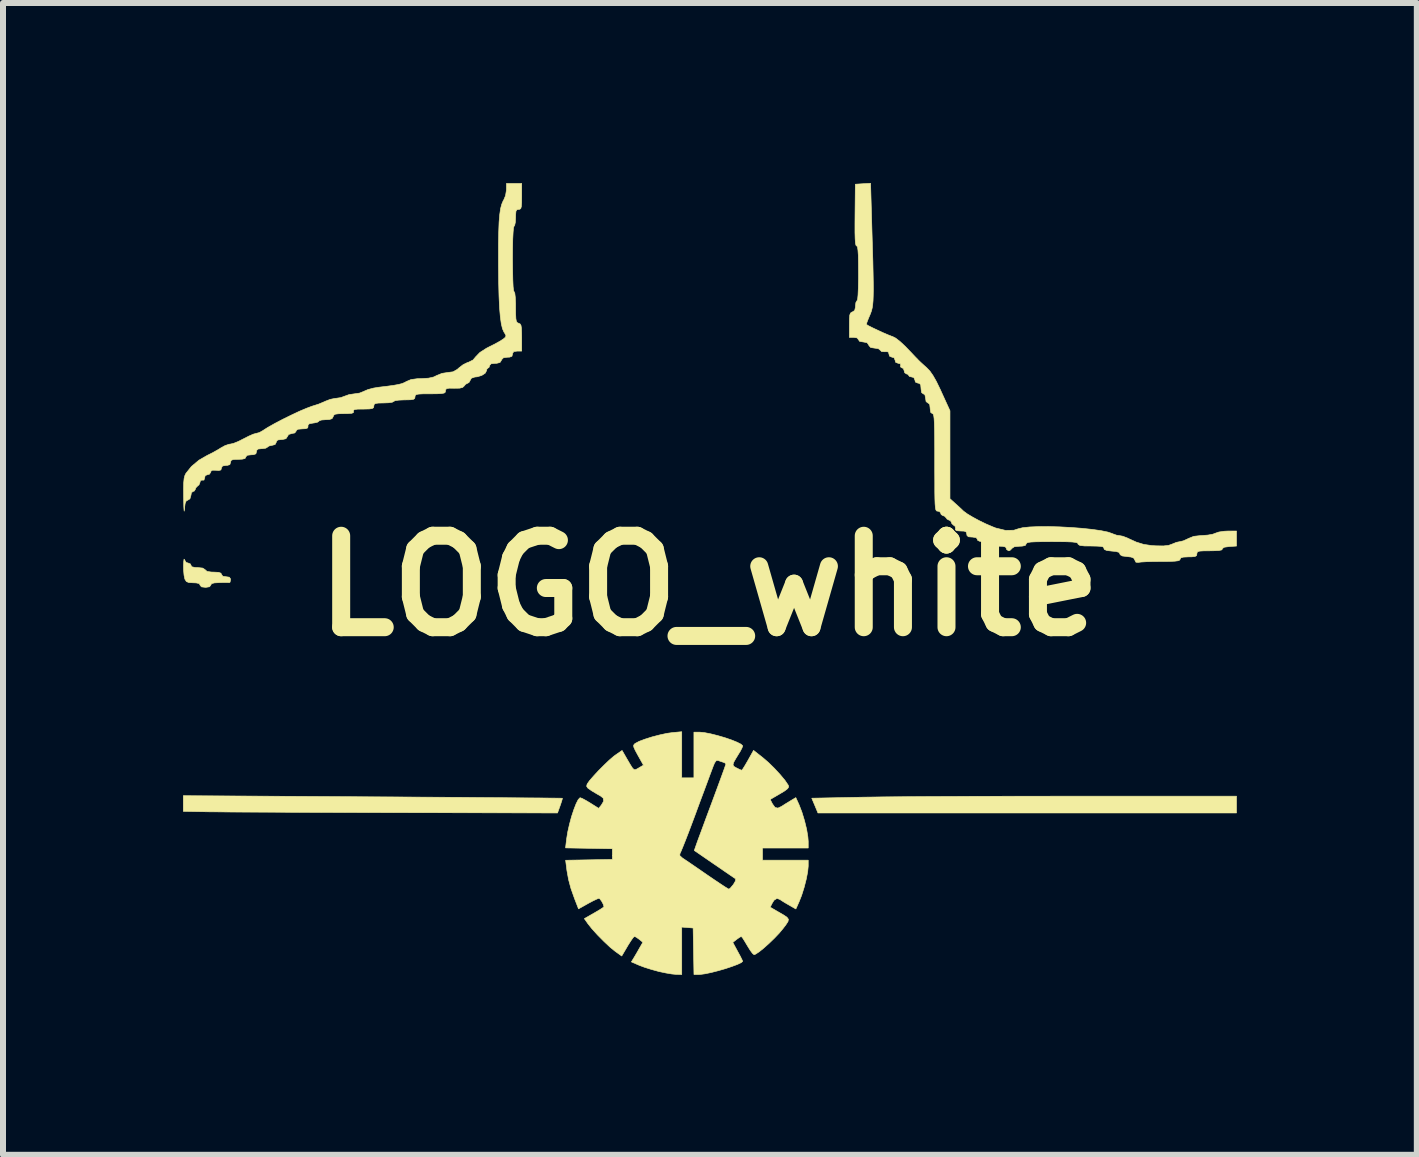
<source format=kicad_pcb>
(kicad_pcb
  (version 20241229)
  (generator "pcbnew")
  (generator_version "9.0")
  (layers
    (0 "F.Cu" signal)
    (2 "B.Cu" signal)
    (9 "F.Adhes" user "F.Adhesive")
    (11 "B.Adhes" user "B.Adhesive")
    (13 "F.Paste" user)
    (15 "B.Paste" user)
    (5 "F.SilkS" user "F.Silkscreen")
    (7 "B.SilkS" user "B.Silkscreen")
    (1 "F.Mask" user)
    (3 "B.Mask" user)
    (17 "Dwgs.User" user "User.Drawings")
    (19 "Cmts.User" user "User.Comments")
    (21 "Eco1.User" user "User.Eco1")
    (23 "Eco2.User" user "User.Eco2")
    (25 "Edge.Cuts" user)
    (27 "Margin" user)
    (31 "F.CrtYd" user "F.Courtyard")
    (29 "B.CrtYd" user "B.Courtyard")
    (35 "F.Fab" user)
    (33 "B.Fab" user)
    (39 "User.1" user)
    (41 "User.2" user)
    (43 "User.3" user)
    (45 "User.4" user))
  (footprint "LOGO_white"
    (layer "F.Cu")
    (at 8.768 6.713)
    (property "Reference" "LOGO_white" (at 0 0 0) (layer "F.SilkS") (effects (font (size 1.524 1.524) (thickness 0.3))))
    (attr through_hole)
    (fp_poly (pts (xy 8.788 3.785) (xy 1.813 3.785) (xy 1.762 3.662) (xy 1.71 3.539) (xy 2.563 3.522) (xy 2.71 3.52) (xy 2.903 3.517) (xy 3.136 3.515) (xy 3.406 3.513) (xy 3.708 3.511) (xy 4.036 3.51) (xy 4.385 3.508) (xy 4.751 3.507) (xy 5.13 3.506) (xy 5.515 3.506) (xy 5.902 3.505) (xy 6.102 3.505) (xy 8.788 3.505) (xy 8.788 3.785)) (stroke (width 0.01) (type solid)) (fill yes) (layer "F.SilkS"))
    (fp_poly (pts (xy -5.607 3.516) (xy -5.211 3.518) (xy -4.829 3.521) (xy -4.465 3.523) (xy -4.121 3.525) (xy -3.8 3.528) (xy -3.506 3.53) (xy -3.242 3.532) (xy -3.01 3.534) (xy -2.813 3.535) (xy -2.656 3.537) (xy -2.54 3.538) (xy -2.469 3.539) (xy -2.446 3.54) (xy -2.451 3.565) (xy -2.469 3.622) (xy -2.484 3.665) (xy -2.527 3.785) (xy -5.194 3.779) (xy -5.569 3.778) (xy -5.937 3.777) (xy -6.293 3.776) (xy -6.635 3.775) (xy -6.957 3.774) (xy -7.256 3.772) (xy -7.528 3.771) (xy -7.768 3.77) (xy -7.972 3.769) (xy -8.137 3.767) (xy -8.257 3.766) (xy -8.312 3.766) (xy -8.763 3.758) (xy -8.763 3.497) (xy -5.607 3.516)) (stroke (width 0.01) (type solid)) (fill yes) (layer "F.SilkS"))
    (fp_poly (pts (xy -8.745 -0.438) (xy -8.745 -0.438) (xy -8.717 -0.39) (xy -8.685 -0.381) (xy -8.645 -0.365) (xy -8.636 -0.343) (xy -8.621 -0.318) (xy -8.569 -0.306) (xy -8.524 -0.305) (xy -8.44 -0.296) (xy -8.4 -0.27) (xy -8.398 -0.267) (xy -8.368 -0.241) (xy -8.298 -0.23) (xy -8.256 -0.229) (xy -8.176 -0.225) (xy -8.136 -0.211) (xy -8.128 -0.191) (xy -8.105 -0.16) (xy -8.052 -0.152) (xy -7.996 -0.144) (xy -7.976 -0.115) (xy -7.976 -0.102) (xy -7.984 -0.062) (xy -7.995 -0.054) (xy -8.029 -0.055) (xy -8.097 -0.055) (xy -8.16 -0.054) (xy -8.247 -0.049) (xy -8.292 -0.036) (xy -8.306 -0.013) (xy -8.306 -0.013) (xy -8.325 0.015) (xy -8.387 0.025) (xy -8.395 0.025) (xy -8.46 0.017) (xy -8.483 -0.009) (xy -8.484 -0.013) (xy -8.498 -0.038) (xy -8.549 -0.049) (xy -8.599 -0.051) (xy -8.672 -0.055) (xy -8.712 -0.072) (xy -8.736 -0.11) (xy -8.738 -0.116) (xy -8.751 -0.177) (xy -8.759 -0.266) (xy -8.76 -0.338) (xy -8.756 -0.409) (xy -8.751 -0.445) (xy -8.745 -0.438)) (stroke (width 0.01) (type solid)) (fill yes) (layer "F.SilkS"))
    (fp_poly (pts (xy -0.457 3.2) (xy -0.254 3.2) (xy -0.254 2.438) (xy -0.159 2.438) (xy -0.078 2.446) (xy 0.025 2.466) (xy 0.141 2.495) (xy 0.261 2.53) (xy 0.372 2.568) (xy 0.466 2.606) (xy 0.531 2.639) (xy 0.559 2.666) (xy 0.559 2.668) (xy 0.546 2.704) (xy 0.515 2.763) (xy 0.499 2.788) (xy 0.441 2.883) (xy 0.407 2.944) (xy 0.398 2.982) (xy 0.41 3.007) (xy 0.443 3.028) (xy 0.456 3.034) (xy 0.51 3.061) (xy 0.542 3.073) (xy 0.543 3.073) (xy 0.56 3.053) (xy 0.594 2.999) (xy 0.639 2.922) (xy 0.647 2.908) (xy 0.74 2.742) (xy 0.894 2.863) (xy 0.987 2.943) (xy 1.087 3.041) (xy 1.183 3.145) (xy 1.263 3.241) (xy 1.316 3.319) (xy 1.319 3.324) (xy 1.325 3.351) (xy 1.308 3.379) (xy 1.261 3.416) (xy 1.18 3.465) (xy 1.017 3.56) (xy 1.055 3.634) (xy 1.098 3.693) (xy 1.146 3.704) (xy 1.207 3.675) (xy 1.261 3.64) (xy 1.333 3.596) (xy 1.351 3.585) (xy 1.444 3.529) (xy 1.499 3.65) (xy 1.546 3.772) (xy 1.589 3.913) (xy 1.624 4.056) (xy 1.645 4.183) (xy 1.651 4.259) (xy 1.651 4.369) (xy 0.889 4.369) (xy 0.889 4.572) (xy 1.651 4.572) (xy 1.651 4.67) (xy 1.642 4.764) (xy 1.618 4.888) (xy 1.583 5.025) (xy 1.541 5.158) (xy 1.499 5.264) (xy 1.445 5.385) (xy 1.326 5.317) (xy 1.254 5.275) (xy 1.2 5.241) (xy 1.182 5.228) (xy 1.131 5.208) (xy 1.083 5.238) (xy 1.055 5.281) (xy 1.017 5.355) (xy 1.137 5.425) (xy 1.236 5.482) (xy 1.296 5.522) (xy 1.321 5.556) (xy 1.314 5.594) (xy 1.279 5.648) (xy 1.231 5.711) (xy 1.168 5.787) (xy 1.088 5.871) (xy 0.999 5.957) (xy 0.912 6.035) (xy 0.834 6.098) (xy 0.775 6.137) (xy 0.749 6.147) (xy 0.723 6.126) (xy 0.683 6.072) (xy 0.636 5.996) (xy 0.635 5.994) (xy 0.59 5.919) (xy 0.555 5.864) (xy 0.535 5.843) (xy 0.535 5.843) (xy 0.507 5.857) (xy 0.459 5.891) (xy 0.457 5.893) (xy 0.394 5.942) (xy 0.476 6.094) (xy 0.518 6.171) (xy 0.547 6.23) (xy 0.559 6.256) (xy 0.559 6.256) (xy 0.536 6.278) (xy 0.473 6.308) (xy 0.382 6.342) (xy 0.272 6.379) (xy 0.154 6.413) (xy 0.037 6.443) (xy -0.067 6.465) (xy -0.149 6.476) (xy -0.169 6.477) (xy -0.253 6.477) (xy -0.26 6.09) (xy -0.267 5.702) (xy -0.362 5.694) (xy -0.457 5.687) (xy -0.457 6.477) (xy -0.552 6.475) (xy -0.624 6.468) (xy -0.724 6.451) (xy -0.833 6.428) (xy -0.845 6.425) (xy -0.961 6.393) (xy -1.076 6.357) (xy -1.167 6.323) (xy -1.169 6.322) (xy -1.296 6.267) (xy -1.248 6.188) (xy -1.201 6.108) (xy -1.154 6.025) (xy -1.153 6.024) (xy -1.105 5.94) (xy -1.165 5.891) (xy -1.214 5.856) (xy -1.245 5.842) (xy -1.267 5.862) (xy -1.305 5.916) (xy -1.353 5.992) (xy -1.361 6.006) (xy -1.457 6.169) (xy -1.567 6.09) (xy -1.652 6.021) (xy -1.754 5.925) (xy -1.86 5.818) (xy -1.954 5.714) (xy -2.024 5.626) (xy -2.025 5.624) (xy -2.08 5.546) (xy -1.916 5.452) (xy -1.837 5.406) (xy -1.779 5.369) (xy -1.753 5.348) (xy -1.753 5.347) (xy -1.765 5.306) (xy -1.792 5.255) (xy -1.822 5.216) (xy -1.837 5.207) (xy -1.87 5.219) (xy -1.934 5.249) (xy -2.015 5.292) (xy -2.02 5.295) (xy -2.177 5.383) (xy -2.243 5.213) (xy -2.303 5.044) (xy -2.343 4.895) (xy -2.371 4.74) (xy -2.375 4.706) (xy -2.392 4.573) (xy -2.003 4.566) (xy -1.613 4.559) (xy -1.613 4.495) (xy -0.49 4.495) (xy -0.447 4.534) (xy -0.44 4.539) (xy -0.395 4.569) (xy -0.318 4.621) (xy -0.216 4.691) (xy -0.1 4.771) (xy -0.029 4.82) (xy 0.087 4.899) (xy 0.187 4.966) (xy 0.266 5.018) (xy 0.316 5.048) (xy 0.329 5.055) (xy 0.354 5.036) (xy 0.393 4.99) (xy 0.405 4.975) (xy 0.438 4.918) (xy 0.441 4.883) (xy 0.438 4.88) (xy 0.409 4.861) (xy 0.346 4.818) (xy 0.257 4.757) (xy 0.15 4.683) (xy 0.082 4.637) (xy -0.248 4.41) (xy -0.203 4.282) (xy -0.181 4.221) (xy -0.144 4.122) (xy -0.096 3.992) (xy -0.04 3.84) (xy 0.022 3.674) (xy 0.061 3.569) (xy 0.121 3.407) (xy 0.175 3.26) (xy 0.22 3.137) (xy 0.254 3.043) (xy 0.274 2.984) (xy 0.279 2.968) (xy 0.259 2.949) (xy 0.235 2.94) (xy 0.172 2.919) (xy 0.15 2.91) (xy 0.119 2.912) (xy 0.091 2.95) (xy 0.069 3.002) (xy 0.049 3.055) (xy 0.014 3.148) (xy -0.032 3.273) (xy -0.088 3.424) (xy -0.151 3.592) (xy -0.217 3.771) (xy -0.217 3.772) (xy -0.282 3.946) (xy -0.342 4.105) (xy -0.395 4.242) (xy -0.439 4.352) (xy -0.47 4.427) (xy -0.486 4.462) (xy -0.487 4.462) (xy -0.49 4.495) (xy -1.613 4.495) (xy -1.613 4.381) (xy -2.003 4.374) (xy -2.393 4.367) (xy -2.376 4.222) (xy -2.357 4.103) (xy -2.328 3.975) (xy -2.294 3.847) (xy -2.255 3.729) (xy -2.217 3.631) (xy -2.182 3.562) (xy -2.153 3.532) (xy -2.149 3.531) (xy -2.114 3.544) (xy -2.051 3.578) (xy -1.981 3.62) (xy -1.841 3.708) (xy -1.797 3.654) (xy -1.758 3.588) (xy -1.766 3.537) (xy -1.81 3.502) (xy -1.868 3.469) (xy -1.942 3.425) (xy -1.963 3.412) (xy -2.021 3.371) (xy -2.042 3.34) (xy -2.034 3.306) (xy -2.031 3.3) (xy -1.993 3.246) (xy -1.926 3.169) (xy -1.843 3.079) (xy -1.751 2.987) (xy -1.663 2.903) (xy -1.587 2.838) (xy -1.558 2.817) (xy -1.451 2.743) (xy -1.374 2.877) (xy -1.318 2.973) (xy -1.281 3.032) (xy -1.254 3.06) (xy -1.23 3.064) (xy -1.2 3.05) (xy -1.173 3.034) (xy -1.095 2.988) (xy -1.187 2.824) (xy -1.233 2.739) (xy -1.256 2.687) (xy -1.259 2.657) (xy -1.245 2.636) (xy -1.23 2.625) (xy -1.168 2.592) (xy -1.07 2.555) (xy -0.95 2.517) (xy -0.823 2.484) (xy -0.703 2.458) (xy -0.616 2.446) (xy -0.457 2.431) (xy -0.457 3.2)) (stroke (width 0.01) (type solid)) (fill yes) (layer "F.SilkS"))
    (fp_poly (pts (xy -3.124 -6.49) (xy -3.125 -6.385) (xy -3.13 -6.321) (xy -3.14 -6.287) (xy -3.158 -6.275) (xy -3.175 -6.274) (xy -3.204 -6.268) (xy -3.22 -6.242) (xy -3.225 -6.183) (xy -3.226 -6.134) (xy -3.23 -6.058) (xy -3.241 -6.007) (xy -3.251 -5.994) (xy -3.26 -5.969) (xy -3.267 -5.896) (xy -3.273 -5.778) (xy -3.276 -5.617) (xy -3.277 -5.448) (xy -3.275 -5.253) (xy -3.272 -5.098) (xy -3.267 -4.986) (xy -3.259 -4.92) (xy -3.251 -4.902) (xy -3.239 -4.878) (xy -3.231 -4.81) (xy -3.226 -4.706) (xy -3.226 -4.646) (xy -3.225 -4.529) (xy -3.221 -4.453) (xy -3.213 -4.409) (xy -3.198 -4.386) (xy -3.175 -4.376) (xy -3.175 -4.376) (xy -3.151 -4.365) (xy -3.136 -4.341) (xy -3.128 -4.293) (xy -3.125 -4.211) (xy -3.124 -4.137) (xy -3.124 -3.912) (xy -3.2 -3.912) (xy -3.256 -3.904) (xy -3.276 -3.874) (xy -3.277 -3.861) (xy -3.287 -3.825) (xy -3.327 -3.811) (xy -3.363 -3.81) (xy -3.428 -3.801) (xy -3.458 -3.77) (xy -3.462 -3.759) (xy -3.485 -3.723) (xy -3.538 -3.709) (xy -3.566 -3.708) (xy -3.633 -3.701) (xy -3.657 -3.675) (xy -3.658 -3.67) (xy -3.671 -3.636) (xy -3.683 -3.632) (xy -3.705 -3.611) (xy -3.709 -3.588) (xy -3.731 -3.545) (xy -3.789 -3.507) (xy -3.864 -3.484) (xy -3.906 -3.48) (xy -3.962 -3.461) (xy -3.98 -3.429) (xy -4.003 -3.388) (xy -4.023 -3.378) (xy -4.059 -3.359) (xy -4.08 -3.333) (xy -4.109 -3.306) (xy -4.16 -3.294) (xy -4.249 -3.293) (xy -4.251 -3.293) (xy -4.333 -3.294) (xy -4.376 -3.286) (xy -4.392 -3.267) (xy -4.394 -3.249) (xy -4.398 -3.227) (xy -4.416 -3.213) (xy -4.458 -3.205) (xy -4.532 -3.201) (xy -4.647 -3.2) (xy -4.648 -3.2) (xy -4.764 -3.2) (xy -4.838 -3.196) (xy -4.879 -3.189) (xy -4.898 -3.175) (xy -4.902 -3.152) (xy -4.902 -3.15) (xy -4.907 -3.123) (xy -4.929 -3.108) (xy -4.978 -3.101) (xy -5.066 -3.099) (xy -5.08 -3.099) (xy -5.171 -3.095) (xy -5.234 -3.086) (xy -5.258 -3.073) (xy -5.258 -3.073) (xy -5.281 -3.06) (xy -5.343 -3.051) (xy -5.423 -3.048) (xy -5.512 -3.046) (xy -5.562 -3.039) (xy -5.584 -3.023) (xy -5.588 -2.997) (xy -5.593 -2.97) (xy -5.615 -2.955) (xy -5.664 -2.948) (xy -5.752 -2.946) (xy -5.765 -2.946) (xy -5.858 -2.945) (xy -5.91 -2.938) (xy -5.929 -2.924) (xy -5.927 -2.908) (xy -5.928 -2.888) (xy -5.954 -2.876) (xy -6.017 -2.871) (xy -6.083 -2.87) (xy -6.175 -2.868) (xy -6.229 -2.861) (xy -6.256 -2.844) (xy -6.266 -2.819) (xy -6.285 -2.786) (xy -6.329 -2.772) (xy -6.391 -2.769) (xy -6.458 -2.764) (xy -6.498 -2.751) (xy -6.502 -2.745) (xy -6.525 -2.728) (xy -6.581 -2.715) (xy -6.598 -2.713) (xy -6.661 -2.702) (xy -6.685 -2.68) (xy -6.685 -2.661) (xy -6.69 -2.632) (xy -6.724 -2.619) (xy -6.781 -2.616) (xy -6.852 -2.61) (xy -6.881 -2.59) (xy -6.883 -2.578) (xy -6.906 -2.548) (xy -6.949 -2.54) (xy -7.008 -2.523) (xy -7.028 -2.489) (xy -7.053 -2.452) (xy -7.109 -2.439) (xy -7.128 -2.438) (xy -7.189 -2.431) (xy -7.212 -2.407) (xy -7.214 -2.393) (xy -7.234 -2.355) (xy -7.283 -2.342) (xy -7.337 -2.33) (xy -7.362 -2.311) (xy -7.39 -2.294) (xy -7.449 -2.286) (xy -7.457 -2.286) (xy -7.517 -2.28) (xy -7.541 -2.257) (xy -7.544 -2.235) (xy -7.554 -2.2) (xy -7.593 -2.186) (xy -7.633 -2.184) (xy -7.698 -2.176) (xy -7.721 -2.15) (xy -7.722 -2.146) (xy -7.735 -2.122) (xy -7.782 -2.111) (xy -7.849 -2.108) (xy -7.925 -2.106) (xy -7.963 -2.094) (xy -7.975 -2.069) (xy -7.976 -2.057) (xy -7.988 -2.02) (xy -8.032 -2.007) (xy -8.052 -2.007) (xy -8.109 -1.998) (xy -8.128 -1.967) (xy -8.128 -1.961) (xy -8.137 -1.931) (xy -8.174 -1.922) (xy -8.217 -1.926) (xy -8.279 -1.927) (xy -8.303 -1.91) (xy -8.306 -1.895) (xy -8.327 -1.861) (xy -8.357 -1.854) (xy -8.399 -1.837) (xy -8.407 -1.801) (xy -8.419 -1.762) (xy -8.445 -1.762) (xy -8.477 -1.758) (xy -8.484 -1.729) (xy -8.502 -1.682) (xy -8.522 -1.667) (xy -8.555 -1.633) (xy -8.56 -1.614) (xy -8.58 -1.58) (xy -8.598 -1.575) (xy -8.628 -1.553) (xy -8.636 -1.509) (xy -8.653 -1.45) (xy -8.686 -1.43) (xy -8.716 -1.413) (xy -8.733 -1.372) (xy -8.743 -1.296) (xy -8.744 -1.274) (xy -8.748 -1.245) (xy -8.751 -1.262) (xy -8.755 -1.321) (xy -8.757 -1.416) (xy -8.758 -1.468) (xy -8.759 -1.613) (xy -8.757 -1.717) (xy -8.75 -1.789) (xy -8.737 -1.839) (xy -8.72 -1.874) (xy -8.628 -1.989) (xy -8.503 -2.094) (xy -8.368 -2.172) (xy -8.272 -2.22) (xy -8.178 -2.273) (xy -8.142 -2.296) (xy -8.068 -2.337) (xy -8 -2.36) (xy -7.981 -2.362) (xy -7.927 -2.374) (xy -7.847 -2.406) (xy -7.758 -2.451) (xy -7.758 -2.451) (xy -7.672 -2.495) (xy -7.599 -2.527) (xy -7.553 -2.54) (xy -7.552 -2.54) (xy -7.497 -2.554) (xy -7.443 -2.584) (xy -7.359 -2.638) (xy -7.244 -2.703) (xy -7.109 -2.774) (xy -6.967 -2.844) (xy -6.829 -2.909) (xy -6.708 -2.96) (xy -6.617 -2.994) (xy -6.604 -2.998) (xy -6.509 -3.028) (xy -6.416 -3.067) (xy -6.397 -3.076) (xy -6.314 -3.108) (xy -6.23 -3.125) (xy -6.22 -3.125) (xy -6.139 -3.137) (xy -6.071 -3.162) (xy -6.001 -3.187) (xy -5.918 -3.199) (xy -5.911 -3.2) (xy -5.827 -3.212) (xy -5.752 -3.242) (xy -5.747 -3.245) (xy -5.686 -3.271) (xy -5.596 -3.295) (xy -5.513 -3.309) (xy -5.363 -3.327) (xy -5.254 -3.342) (xy -5.177 -3.356) (xy -5.122 -3.37) (xy -5.081 -3.386) (xy -5.044 -3.406) (xy -5.044 -3.406) (xy -4.968 -3.438) (xy -4.864 -3.452) (xy -4.795 -3.454) (xy -4.676 -3.461) (xy -4.589 -3.481) (xy -4.541 -3.505) (xy -4.452 -3.541) (xy -4.354 -3.556) (xy -4.354 -3.556) (xy -4.268 -3.567) (xy -4.198 -3.607) (xy -4.169 -3.633) (xy -4.1 -3.686) (xy -4.029 -3.721) (xy -4.013 -3.725) (xy -3.935 -3.764) (xy -3.888 -3.82) (xy -3.821 -3.889) (xy -3.709 -3.961) (xy -3.666 -3.983) (xy -3.572 -4.03) (xy -3.489 -4.076) (xy -3.434 -4.111) (xy -3.432 -4.112) (xy -3.393 -4.145) (xy -3.387 -4.174) (xy -3.412 -4.219) (xy -3.42 -4.23) (xy -3.444 -4.284) (xy -3.464 -4.367) (xy -3.48 -4.483) (xy -3.493 -4.635) (xy -3.502 -4.826) (xy -3.508 -5.06) (xy -3.511 -5.34) (xy -3.511 -5.448) (xy -3.511 -5.696) (xy -3.507 -5.898) (xy -3.501 -6.06) (xy -3.49 -6.188) (xy -3.476 -6.287) (xy -3.456 -6.361) (xy -3.432 -6.418) (xy -3.422 -6.434) (xy -3.393 -6.504) (xy -3.379 -6.59) (xy -3.378 -6.603) (xy -3.378 -6.706) (xy -3.124 -6.706) (xy -3.124 -6.49)) (stroke (width 0.01) (type solid)) (fill yes) (layer "F.SilkS"))
    (fp_poly (pts (xy 2.704 -6.231) (xy 2.713 -5.912) (xy 2.721 -5.64) (xy 2.728 -5.411) (xy 2.732 -5.219) (xy 2.735 -5.061) (xy 2.736 -4.933) (xy 2.734 -4.83) (xy 2.731 -4.748) (xy 2.725 -4.683) (xy 2.717 -4.631) (xy 2.706 -4.586) (xy 2.692 -4.546) (xy 2.676 -4.506) (xy 2.656 -4.461) (xy 2.651 -4.448) (xy 2.629 -4.391) (xy 2.621 -4.358) (xy 2.621 -4.356) (xy 2.656 -4.334) (xy 2.724 -4.3) (xy 2.811 -4.259) (xy 2.902 -4.217) (xy 2.984 -4.182) (xy 3.042 -4.159) (xy 3.056 -4.155) (xy 3.109 -4.128) (xy 3.183 -4.07) (xy 3.269 -3.99) (xy 3.29 -3.968) (xy 3.366 -3.889) (xy 3.43 -3.821) (xy 3.475 -3.775) (xy 3.485 -3.764) (xy 3.522 -3.728) (xy 3.581 -3.674) (xy 3.623 -3.637) (xy 3.677 -3.581) (xy 3.729 -3.507) (xy 3.786 -3.407) (xy 3.852 -3.271) (xy 3.87 -3.231) (xy 4.013 -2.918) (xy 4.013 -1.452) (xy 4.093 -1.38) (xy 4.164 -1.316) (xy 4.231 -1.253) (xy 4.239 -1.245) (xy 4.297 -1.202) (xy 4.388 -1.147) (xy 4.499 -1.087) (xy 4.617 -1.03) (xy 4.729 -0.982) (xy 4.775 -0.964) (xy 4.939 -0.924) (xy 5.078 -0.927) (xy 5.152 -0.951) (xy 5.225 -0.969) (xy 5.339 -0.981) (xy 5.485 -0.987) (xy 5.655 -0.988) (xy 5.838 -0.983) (xy 6.026 -0.973) (xy 6.21 -0.959) (xy 6.38 -0.941) (xy 6.528 -0.92) (xy 6.645 -0.896) (xy 6.721 -0.87) (xy 6.723 -0.868) (xy 6.79 -0.844) (xy 6.834 -0.838) (xy 6.892 -0.827) (xy 6.966 -0.799) (xy 6.982 -0.791) (xy 7.118 -0.729) (xy 7.241 -0.691) (xy 7.376 -0.671) (xy 7.446 -0.667) (xy 7.57 -0.665) (xy 7.658 -0.675) (xy 7.718 -0.697) (xy 7.787 -0.725) (xy 7.846 -0.737) (xy 7.847 -0.737) (xy 7.902 -0.75) (xy 7.971 -0.781) (xy 7.981 -0.787) (xy 8.075 -0.825) (xy 8.2 -0.839) (xy 8.217 -0.839) (xy 8.311 -0.846) (xy 8.394 -0.861) (xy 8.433 -0.876) (xy 8.494 -0.897) (xy 8.582 -0.91) (xy 8.642 -0.913) (xy 8.788 -0.914) (xy 8.788 -0.663) (xy 8.668 -0.655) (xy 8.586 -0.644) (xy 8.554 -0.623) (xy 8.553 -0.616) (xy 8.542 -0.599) (xy 8.495 -0.589) (xy 8.407 -0.585) (xy 8.344 -0.584) (xy 8.239 -0.583) (xy 8.175 -0.579) (xy 8.142 -0.569) (xy 8.129 -0.55) (xy 8.128 -0.533) (xy 8.122 -0.504) (xy 8.096 -0.489) (xy 8.037 -0.483) (xy 7.988 -0.483) (xy 7.904 -0.479) (xy 7.861 -0.467) (xy 7.849 -0.445) (xy 7.841 -0.429) (xy 7.814 -0.418) (xy 7.76 -0.411) (xy 7.67 -0.407) (xy 7.539 -0.406) (xy 7.52 -0.406) (xy 7.393 -0.405) (xy 7.282 -0.402) (xy 7.198 -0.397) (xy 7.153 -0.391) (xy 7.151 -0.39) (xy 7.112 -0.394) (xy 7.095 -0.427) (xy 7.076 -0.462) (xy 7.031 -0.48) (xy 6.963 -0.488) (xy 6.885 -0.498) (xy 6.849 -0.519) (xy 6.845 -0.533) (xy 6.83 -0.558) (xy 6.778 -0.573) (xy 6.712 -0.579) (xy 6.627 -0.589) (xy 6.585 -0.607) (xy 6.579 -0.624) (xy 6.575 -0.64) (xy 6.56 -0.651) (xy 6.525 -0.658) (xy 6.462 -0.662) (xy 6.363 -0.664) (xy 6.255 -0.665) (xy 6.179 -0.673) (xy 6.148 -0.694) (xy 6.147 -0.701) (xy 6.138 -0.715) (xy 6.108 -0.724) (xy 6.05 -0.731) (xy 5.957 -0.735) (xy 5.824 -0.736) (xy 5.715 -0.737) (xy 5.555 -0.736) (xy 5.439 -0.734) (xy 5.361 -0.73) (xy 5.313 -0.723) (xy 5.289 -0.712) (xy 5.283 -0.699) (xy 5.268 -0.673) (xy 5.216 -0.662) (xy 5.172 -0.66) (xy 5.087 -0.652) (xy 5.047 -0.626) (xy 5.045 -0.622) (xy 5.011 -0.589) (xy 4.992 -0.584) (xy 4.958 -0.604) (xy 4.953 -0.622) (xy 4.938 -0.648) (xy 4.886 -0.659) (xy 4.841 -0.66) (xy 4.757 -0.669) (xy 4.717 -0.695) (xy 4.715 -0.699) (xy 4.681 -0.726) (xy 4.603 -0.736) (xy 4.585 -0.737) (xy 4.51 -0.742) (xy 4.475 -0.758) (xy 4.47 -0.775) (xy 4.451 -0.803) (xy 4.39 -0.813) (xy 4.381 -0.813) (xy 4.32 -0.818) (xy 4.296 -0.841) (xy 4.293 -0.864) (xy 4.284 -0.897) (xy 4.249 -0.912) (xy 4.192 -0.914) (xy 4.127 -0.919) (xy 4.103 -0.934) (xy 4.106 -0.952) (xy 4.099 -0.992) (xy 4.079 -1.006) (xy 4.044 -1.037) (xy 4.039 -1.057) (xy 4.018 -1.089) (xy 4.003 -1.092) (xy 3.964 -1.113) (xy 3.953 -1.13) (xy 3.919 -1.164) (xy 3.9 -1.168) (xy 3.866 -1.188) (xy 3.861 -1.206) (xy 3.84 -1.238) (xy 3.81 -1.245) (xy 3.796 -1.246) (xy 3.785 -1.254) (xy 3.776 -1.273) (xy 3.77 -1.309) (xy 3.765 -1.366) (xy 3.762 -1.451) (xy 3.76 -1.568) (xy 3.76 -1.722) (xy 3.759 -1.919) (xy 3.759 -2.057) (xy 3.759 -2.285) (xy 3.758 -2.466) (xy 3.756 -2.606) (xy 3.753 -2.711) (xy 3.749 -2.785) (xy 3.743 -2.832) (xy 3.735 -2.859) (xy 3.726 -2.869) (xy 3.721 -2.87) (xy 3.693 -2.889) (xy 3.683 -2.951) (xy 3.683 -2.959) (xy 3.675 -3.025) (xy 3.648 -3.048) (xy 3.645 -3.048) (xy 3.615 -3.071) (xy 3.607 -3.124) (xy 3.595 -3.185) (xy 3.569 -3.2) (xy 3.541 -3.22) (xy 3.531 -3.281) (xy 3.531 -3.289) (xy 3.525 -3.351) (xy 3.503 -3.375) (xy 3.48 -3.378) (xy 3.437 -3.396) (xy 3.429 -3.429) (xy 3.411 -3.471) (xy 3.378 -3.48) (xy 3.337 -3.49) (xy 3.327 -3.505) (xy 3.307 -3.528) (xy 3.289 -3.531) (xy 3.258 -3.552) (xy 3.251 -3.581) (xy 3.236 -3.623) (xy 3.214 -3.632) (xy 3.188 -3.649) (xy 3.191 -3.67) (xy 3.187 -3.701) (xy 3.152 -3.708) (xy 3.108 -3.725) (xy 3.099 -3.759) (xy 3.081 -3.802) (xy 3.048 -3.81) (xy 3.006 -3.828) (xy 2.997 -3.861) (xy 2.987 -3.898) (xy 2.948 -3.903) (xy 2.932 -3.901) (xy 2.874 -3.904) (xy 2.853 -3.926) (xy 2.819 -3.953) (xy 2.756 -3.962) (xy 2.692 -3.972) (xy 2.662 -4.005) (xy 2.66 -4.013) (xy 2.632 -4.052) (xy 2.571 -4.064) (xy 2.568 -4.064) (xy 2.506 -4.075) (xy 2.489 -4.102) (xy 2.466 -4.132) (xy 2.413 -4.14) (xy 2.337 -4.14) (xy 2.337 -4.346) (xy 2.338 -4.449) (xy 2.343 -4.512) (xy 2.356 -4.546) (xy 2.377 -4.561) (xy 2.388 -4.565) (xy 2.425 -4.589) (xy 2.438 -4.646) (xy 2.438 -4.664) (xy 2.445 -4.721) (xy 2.461 -4.749) (xy 2.464 -4.75) (xy 2.474 -4.775) (xy 2.481 -4.847) (xy 2.486 -4.963) (xy 2.489 -5.12) (xy 2.489 -5.207) (xy 2.488 -5.379) (xy 2.486 -5.505) (xy 2.48 -5.591) (xy 2.473 -5.642) (xy 2.462 -5.663) (xy 2.457 -5.664) (xy 2.446 -5.676) (xy 2.438 -5.713) (xy 2.433 -5.783) (xy 2.43 -5.889) (xy 2.43 -6.037) (xy 2.431 -6.179) (xy 2.436 -6.693) (xy 2.563 -6.701) (xy 2.69 -6.708) (xy 2.704 -6.231)) (stroke (width 0.01) (type solid)) (fill yes) (layer "F.SilkS")))
  (gr_rect
    (start -3 -3)
    (end 20.561 16.195)
    (stroke (width 0.1) (type default))
    (fill no)
    (layer "Edge.Cuts")))
</source>
